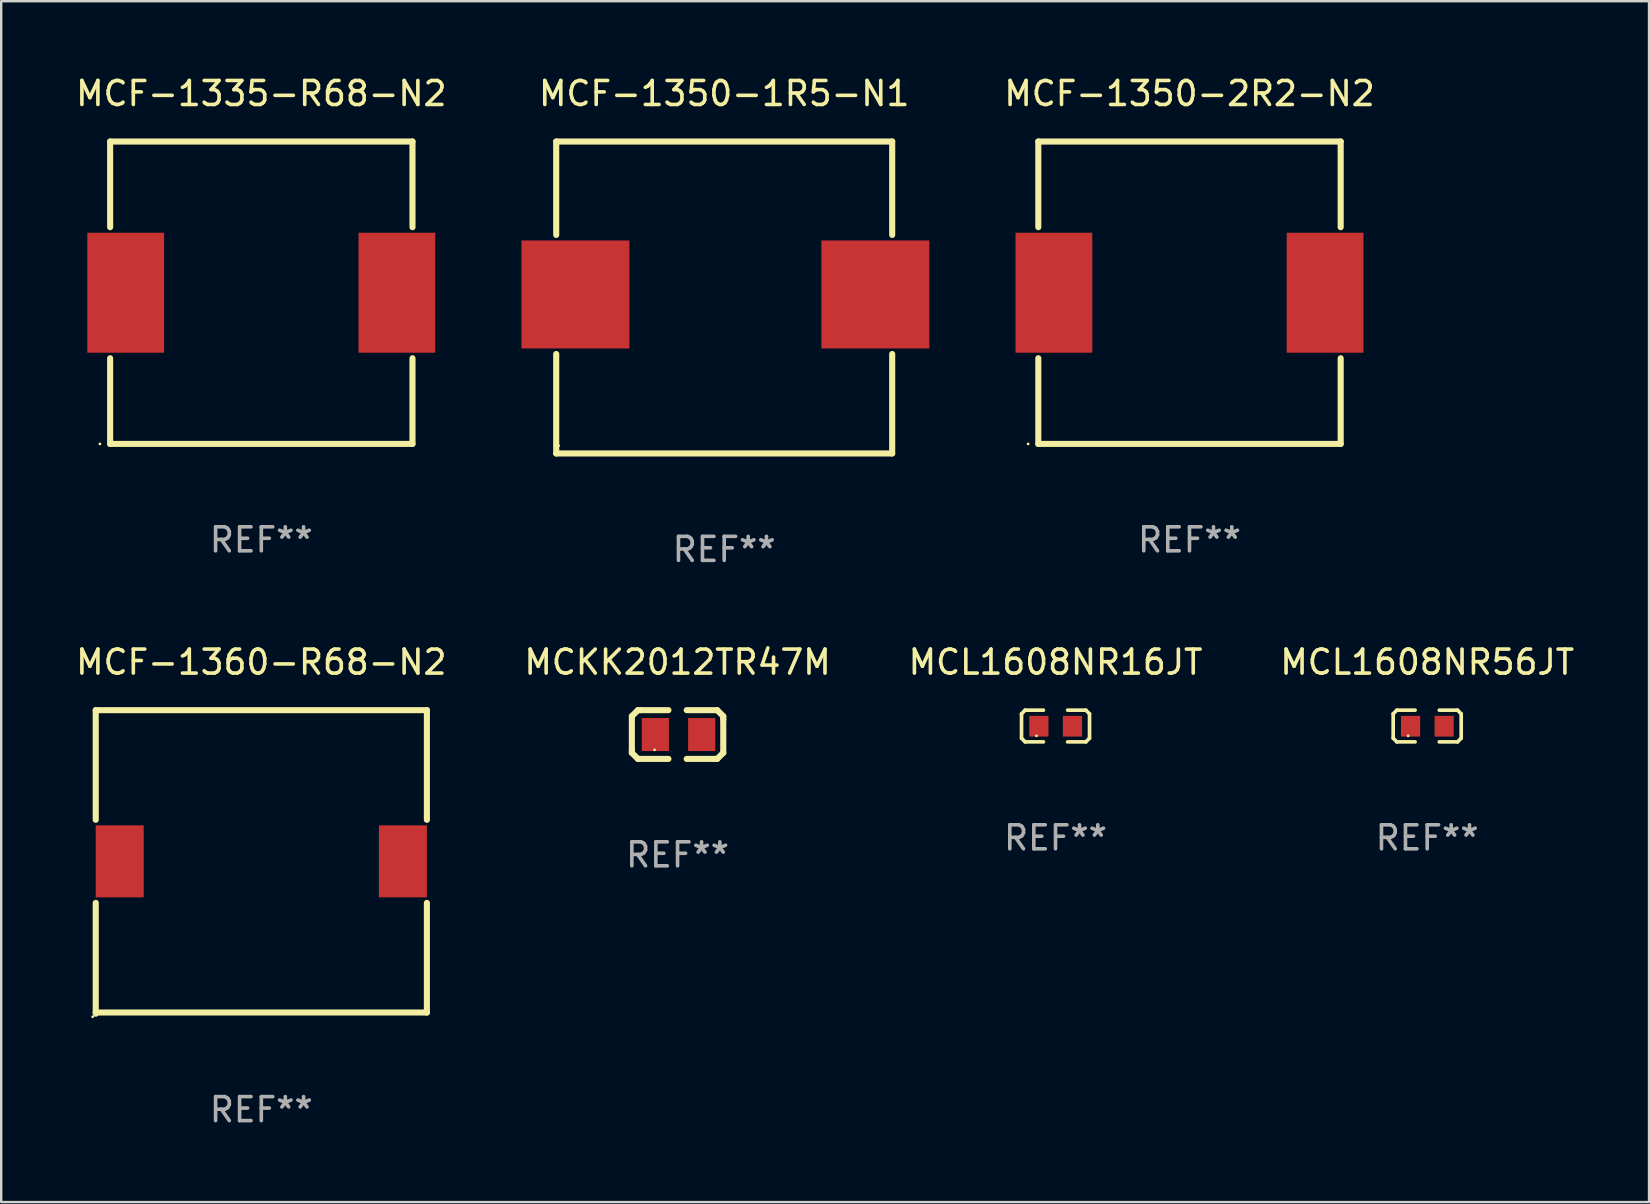
<source format=kicad_pcb>
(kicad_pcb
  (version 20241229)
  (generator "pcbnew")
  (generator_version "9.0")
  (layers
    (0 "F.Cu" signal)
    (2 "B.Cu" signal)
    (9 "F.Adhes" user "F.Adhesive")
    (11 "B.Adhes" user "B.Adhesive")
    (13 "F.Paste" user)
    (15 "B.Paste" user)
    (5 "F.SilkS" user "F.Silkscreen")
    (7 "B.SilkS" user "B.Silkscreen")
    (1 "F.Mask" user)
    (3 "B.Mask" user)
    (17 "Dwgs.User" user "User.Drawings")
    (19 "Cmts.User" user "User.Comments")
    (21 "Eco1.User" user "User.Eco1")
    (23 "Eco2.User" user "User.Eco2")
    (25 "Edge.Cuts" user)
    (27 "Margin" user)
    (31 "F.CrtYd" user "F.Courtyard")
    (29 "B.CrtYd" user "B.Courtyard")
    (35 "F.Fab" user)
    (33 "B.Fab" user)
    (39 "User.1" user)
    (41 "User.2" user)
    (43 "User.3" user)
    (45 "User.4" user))
  (footprint "MCKK2012TR47M"
    (layer "F.Cu")
    (at 25.185 27.559)
    (property "Reference" "MCKK2012TR47M" (at 0 -3.016 0) (layer "F.SilkS") (effects (font (size 1 1) (thickness 0.15))))
    (attr through_hole)
    (fp_line (start -1.905 -0.762) (end -1.905 0.635) (stroke (width 0.254) (type solid)) (layer "F.SilkS"))
    (fp_line (start -1.905 0.635) (end -1.905 0.762) (stroke (width 0.254) (type solid)) (layer "F.SilkS"))
    (fp_line (start -1.905 0.762) (end -1.651 1.016) (stroke (width 0.254) (type solid)) (layer "F.SilkS"))
    (fp_line (start -1.651 -1.016) (end -1.905 -0.762) (stroke (width 0.254) (type solid)) (layer "F.SilkS"))
    (fp_line (start -1.651 1.016) (end -0.381 1.016) (stroke (width 0.254) (type solid)) (layer "F.SilkS"))
    (fp_line (start -1.524 -1.016) (end -1.651 -1.016) (stroke (width 0.254) (type solid)) (layer "F.SilkS"))
    (fp_line (start -0.381 -1.016) (end -1.524 -1.016) (stroke (width 0.254) (type solid)) (layer "F.SilkS"))
    (fp_line (start 0.381 1.016) (end 1.524 1.016) (stroke (width 0.254) (type solid)) (layer "F.SilkS"))
    (fp_line (start 1.524 1.016) (end 1.651 1.016) (stroke (width 0.254) (type solid)) (layer "F.SilkS"))
    (fp_line (start 1.651 -1.016) (end 0.381 -1.016) (stroke (width 0.254) (type solid)) (layer "F.SilkS"))
    (fp_line (start 1.651 1.016) (end 1.905 0.762) (stroke (width 0.254) (type solid)) (layer "F.SilkS"))
    (fp_line (start 1.905 -0.762) (end 1.651 -1.016) (stroke (width 0.254) (type solid)) (layer "F.SilkS"))
    (fp_line (start 1.905 -0.635) (end 1.905 -0.762) (stroke (width 0.254) (type solid)) (layer "F.SilkS"))
    (fp_line (start 1.905 0.762) (end 1.905 -0.635) (stroke (width 0.254) (type solid)) (layer "F.SilkS"))
    (fp_circle (center -0.96 0.637) (end -0.93 0.637) (stroke (width 0.06) (type solid)) (fill no) (layer "F.SilkS"))
    (fp_text user "REF**" (at 0 5.016 0) (layer "F.Fab") (effects (font (size 1 1) (thickness 0.15))))
    (pad "1" smd rect (at -0.926 -0.000051) (size 1.133 1.377) (layers "F.Cu" "F.Mask" "F.Paste"))
    (pad "2" smd rect (at 1.006 -0.000051) (size 1.133 1.377) (layers "F.Cu" "F.Mask" "F.Paste")))
  (footprint "MCF-1360-R68-N2"
    (layer "F.Cu")
    (at 7.839 32.868)
    (property "Reference" "MCF-1360-R68-N2" (at 0 -8.325 0) (layer "F.SilkS") (effects (font (size 1 1) (thickness 0.15))))
    (attr through_hole)
    (fp_line (start -6.9 -6.325) (end -6.9 -1.756) (stroke (width 0.254) (type solid)) (layer "F.SilkS"))
    (fp_line (start -6.9 -6.325) (end 6.9 -6.325) (stroke (width 0.254) (type solid)) (layer "F.SilkS"))
    (fp_line (start -6.9 1.706) (end -6.9 6.325) (stroke (width 0.254) (type solid)) (layer "F.SilkS"))
    (fp_line (start 6.9 -1.756) (end 6.9 -6.325) (stroke (width 0.254) (type solid)) (layer "F.SilkS"))
    (fp_line (start 6.9 6.275) (end -6.9 6.275) (stroke (width 0.254) (type solid)) (layer "F.SilkS"))
    (fp_line (start 6.9 6.275) (end 6.9 1.706) (stroke (width 0.254) (type solid)) (layer "F.SilkS"))
    (fp_circle (center -7.027 6.452) (end -6.997 6.452) (stroke (width 0.06) (type solid)) (fill no) (layer "F.SilkS"))
    (fp_text user "REF**" (at 0 10.325 0) (layer "F.Fab") (effects (font (size 1 1) (thickness 0.15))))
    (pad "1" smd rect (at -5.9 -0.025 90) (size 3 2) (layers "F.Cu" "F.Mask" "F.Paste"))
    (pad "2" smd rect (at 5.9 -0.025 90) (size 3 2) (layers "F.Cu" "F.Mask" "F.Paste")))
  (footprint "MCF-1335-R68-N2"
    (layer "F.Cu")
    (at 7.839 9.148)
    (property "Reference" "MCF-1335-R68-N2" (at 0 -8.3 0) (layer "F.SilkS") (effects (font (size 1 1) (thickness 0.15))))
    (attr through_hole)
    (fp_line (start -6.3 -6.3) (end 6.3 -6.3) (stroke (width 0.254) (type solid)) (layer "F.SilkS"))
    (fp_line (start -6.3 -2.731) (end -6.3 -6.3) (stroke (width 0.254) (type solid)) (layer "F.SilkS"))
    (fp_line (start -6.3 6.3) (end -6.3 2.731) (stroke (width 0.254) (type solid)) (layer "F.SilkS"))
    (fp_line (start 6.3 -6.3) (end 6.3 -2.731) (stroke (width 0.254) (type solid)) (layer "F.SilkS"))
    (fp_line (start 6.3 2.731) (end 6.3 6.3) (stroke (width 0.254) (type solid)) (layer "F.SilkS"))
    (fp_line (start 6.3 6.3) (end -6.3 6.3) (stroke (width 0.254) (type solid)) (layer "F.SilkS"))
    (fp_circle (center -6.725 6.3) (end -6.695 6.3) (stroke (width 0.06) (type solid)) (fill no) (layer "F.SilkS"))
    (fp_text user "REF**" (at 0 10.3 0) (layer "F.Fab") (effects (font (size 1 1) (thickness 0.15))))
    (pad "1" smd rect (at -5.65 0) (size 3.2 5) (layers "F.Cu" "F.Mask" "F.Paste"))
    (pad "2" smd rect (at 5.65 0) (size 3.2 5) (layers "F.Cu" "F.Mask" "F.Paste")))
  (footprint "MCL1608NR56JT"
    (layer "F.Cu")
    (at 56.423 27.204)
    (property "Reference" "MCL1608NR56JT" (at 0 -2.661 0) (layer "F.SilkS") (effects (font (size 1 1) (thickness 0.15))))
    (attr through_hole)
    (fp_line (start -1.417 -0.508) (end -1.265 -0.661) (stroke (width 0.152) (type solid)) (layer "F.SilkS"))
    (fp_line (start -1.417 0.508) (end -1.417 -0.508) (stroke (width 0.152) (type solid)) (layer "F.SilkS"))
    (fp_line (start -1.265 -0.661) (end -0.503 -0.661) (stroke (width 0.152) (type solid)) (layer "F.SilkS"))
    (fp_line (start -1.265 0.661) (end -1.417 0.508) (stroke (width 0.152) (type solid)) (layer "F.SilkS"))
    (fp_line (start -1.265 0.661) (end -0.503 0.661) (stroke (width 0.152) (type solid)) (layer "F.SilkS"))
    (fp_line (start 1.265 -0.661) (end 0.503 -0.661) (stroke (width 0.152) (type solid)) (layer "F.SilkS"))
    (fp_line (start 1.265 -0.661) (end 1.417 -0.508) (stroke (width 0.152) (type solid)) (layer "F.SilkS"))
    (fp_line (start 1.265 0.661) (end 0.503 0.661) (stroke (width 0.152) (type solid)) (layer "F.SilkS"))
    (fp_line (start 1.417 -0.508) (end 1.417 0.508) (stroke (width 0.152) (type solid)) (layer "F.SilkS"))
    (fp_line (start 1.417 0.508) (end 1.265 0.661) (stroke (width 0.152) (type solid)) (layer "F.SilkS"))
    (fp_circle (center -0.793 0.409) (end -0.763 0.409) (stroke (width 0.06) (type solid)) (fill no) (layer "F.SilkS"))
    (fp_text user "REF**" (at 0 4.661 0) (layer "F.Fab") (effects (font (size 1 1) (thickness 0.15))))
    (pad "1" smd rect (at -0.693 0.009 180) (size 0.8 0.864) (layers "F.Cu" "F.Mask" "F.Paste"))
    (pad "2" smd rect (at 0.707 0.009 180) (size 0.8 0.864) (layers "F.Cu" "F.Mask" "F.Paste")))
  (footprint "MCF-1350-1R5-N1"
    (layer "F.Cu")
    (at 27.128 9.347)
    (property "Reference" "MCF-1350-1R5-N1" (at 0 -8.499 0) (layer "F.SilkS") (effects (font (size 1 1) (thickness 0.15))))
    (attr through_hole)
    (fp_line (start -7 -6.499) (end -7 -2.607) (stroke (width 0.254) (type solid)) (layer "F.SilkS"))
    (fp_line (start -7 -6.499) (end 7.001 -6.499) (stroke (width 0.254) (type solid)) (layer "F.SilkS"))
    (fp_line (start -7 2.355) (end -7 6.499) (stroke (width 0.254) (type solid)) (layer "F.SilkS"))
    (fp_line (start 7 6.499) (end -7.001 6.499) (stroke (width 0.254) (type solid)) (layer "F.SilkS"))
    (fp_line (start 7.001 -6.499) (end 7.001 -2.607) (stroke (width 0.254) (type solid)) (layer "F.SilkS"))
    (fp_line (start 7.001 2.355) (end 7.001 6.499) (stroke (width 0.254) (type solid)) (layer "F.SilkS"))
    (fp_circle (center -6.899 6.174) (end -6.869 6.174) (stroke (width 0.06) (type solid)) (fill no) (layer "F.SilkS"))
    (fp_text user "REF**" (at 0 10.499 0) (layer "F.Fab") (effects (font (size 1 1) (thickness 0.15))))
    (pad "1" smd rect (at -6.199 -0.126) (size 4.5 4.5) (layers "F.Cu" "F.Mask" "F.Paste"))
    (pad "2" smd rect (at 6.3 -0.126) (size 4.5 4.5) (layers "F.Cu" "F.Mask" "F.Paste")))
  (footprint "MCF-1350-2R2-N2"
    (layer "F.Cu")
    (at 46.518 9.148)
    (property "Reference" "MCF-1350-2R2-N2" (at 0 -8.3 0) (layer "F.SilkS") (effects (font (size 1 1) (thickness 0.15))))
    (attr through_hole)
    (fp_line (start -6.3 -6.3) (end 6.3 -6.3) (stroke (width 0.254) (type solid)) (layer "F.SilkS"))
    (fp_line (start -6.3 -2.731) (end -6.3 -6.3) (stroke (width 0.254) (type solid)) (layer "F.SilkS"))
    (fp_line (start -6.3 6.3) (end -6.3 2.731) (stroke (width 0.254) (type solid)) (layer "F.SilkS"))
    (fp_line (start 6.3 -6.3) (end 6.3 -2.731) (stroke (width 0.254) (type solid)) (layer "F.SilkS"))
    (fp_line (start 6.3 2.731) (end 6.3 6.3) (stroke (width 0.254) (type solid)) (layer "F.SilkS"))
    (fp_line (start 6.3 6.3) (end -6.3 6.3) (stroke (width 0.254) (type solid)) (layer "F.SilkS"))
    (fp_circle (center -6.725 6.3) (end -6.695 6.3) (stroke (width 0.06) (type solid)) (fill no) (layer "F.SilkS"))
    (fp_text user "REF**" (at 0 10.3 0) (layer "F.Fab") (effects (font (size 1 1) (thickness 0.15))))
    (pad "1" smd rect (at -5.65 0) (size 3.2 5) (layers "F.Cu" "F.Mask" "F.Paste"))
    (pad "2" smd rect (at 5.65 0) (size 3.2 5) (layers "F.Cu" "F.Mask" "F.Paste")))
  (footprint "MCL1608NR16JT"
    (layer "F.Cu")
    (at 40.935 27.204)
    (property "Reference" "MCL1608NR16JT" (at 0 -2.661 0) (layer "F.SilkS") (effects (font (size 1 1) (thickness 0.15))))
    (attr through_hole)
    (fp_line (start -1.417 -0.508) (end -1.265 -0.661) (stroke (width 0.152) (type solid)) (layer "F.SilkS"))
    (fp_line (start -1.417 0.508) (end -1.417 -0.508) (stroke (width 0.152) (type solid)) (layer "F.SilkS"))
    (fp_line (start -1.265 -0.661) (end -0.503 -0.661) (stroke (width 0.152) (type solid)) (layer "F.SilkS"))
    (fp_line (start -1.265 0.661) (end -1.417 0.508) (stroke (width 0.152) (type solid)) (layer "F.SilkS"))
    (fp_line (start -1.265 0.661) (end -0.503 0.661) (stroke (width 0.152) (type solid)) (layer "F.SilkS"))
    (fp_line (start 1.265 -0.661) (end 0.503 -0.661) (stroke (width 0.152) (type solid)) (layer "F.SilkS"))
    (fp_line (start 1.265 -0.661) (end 1.417 -0.508) (stroke (width 0.152) (type solid)) (layer "F.SilkS"))
    (fp_line (start 1.265 0.661) (end 0.503 0.661) (stroke (width 0.152) (type solid)) (layer "F.SilkS"))
    (fp_line (start 1.417 -0.508) (end 1.417 0.508) (stroke (width 0.152) (type solid)) (layer "F.SilkS"))
    (fp_line (start 1.417 0.508) (end 1.265 0.661) (stroke (width 0.152) (type solid)) (layer "F.SilkS"))
    (fp_circle (center -0.793 0.409) (end -0.763 0.409) (stroke (width 0.06) (type solid)) (fill no) (layer "F.SilkS"))
    (fp_text user "REF**" (at 0 4.661 0) (layer "F.Fab") (effects (font (size 1 1) (thickness 0.15))))
    (pad "1" smd rect (at -0.693 0.009 180) (size 0.8 0.864) (layers "F.Cu" "F.Mask" "F.Paste"))
    (pad "2" smd rect (at 0.707 0.009 180) (size 0.8 0.864) (layers "F.Cu" "F.Mask" "F.Paste")))
  (gr_rect
    (start -3 -3)
    (end 65.667 47.041)
    (stroke (width 0.1) (type default))
    (fill no)
    (layer "Edge.Cuts")))
</source>
